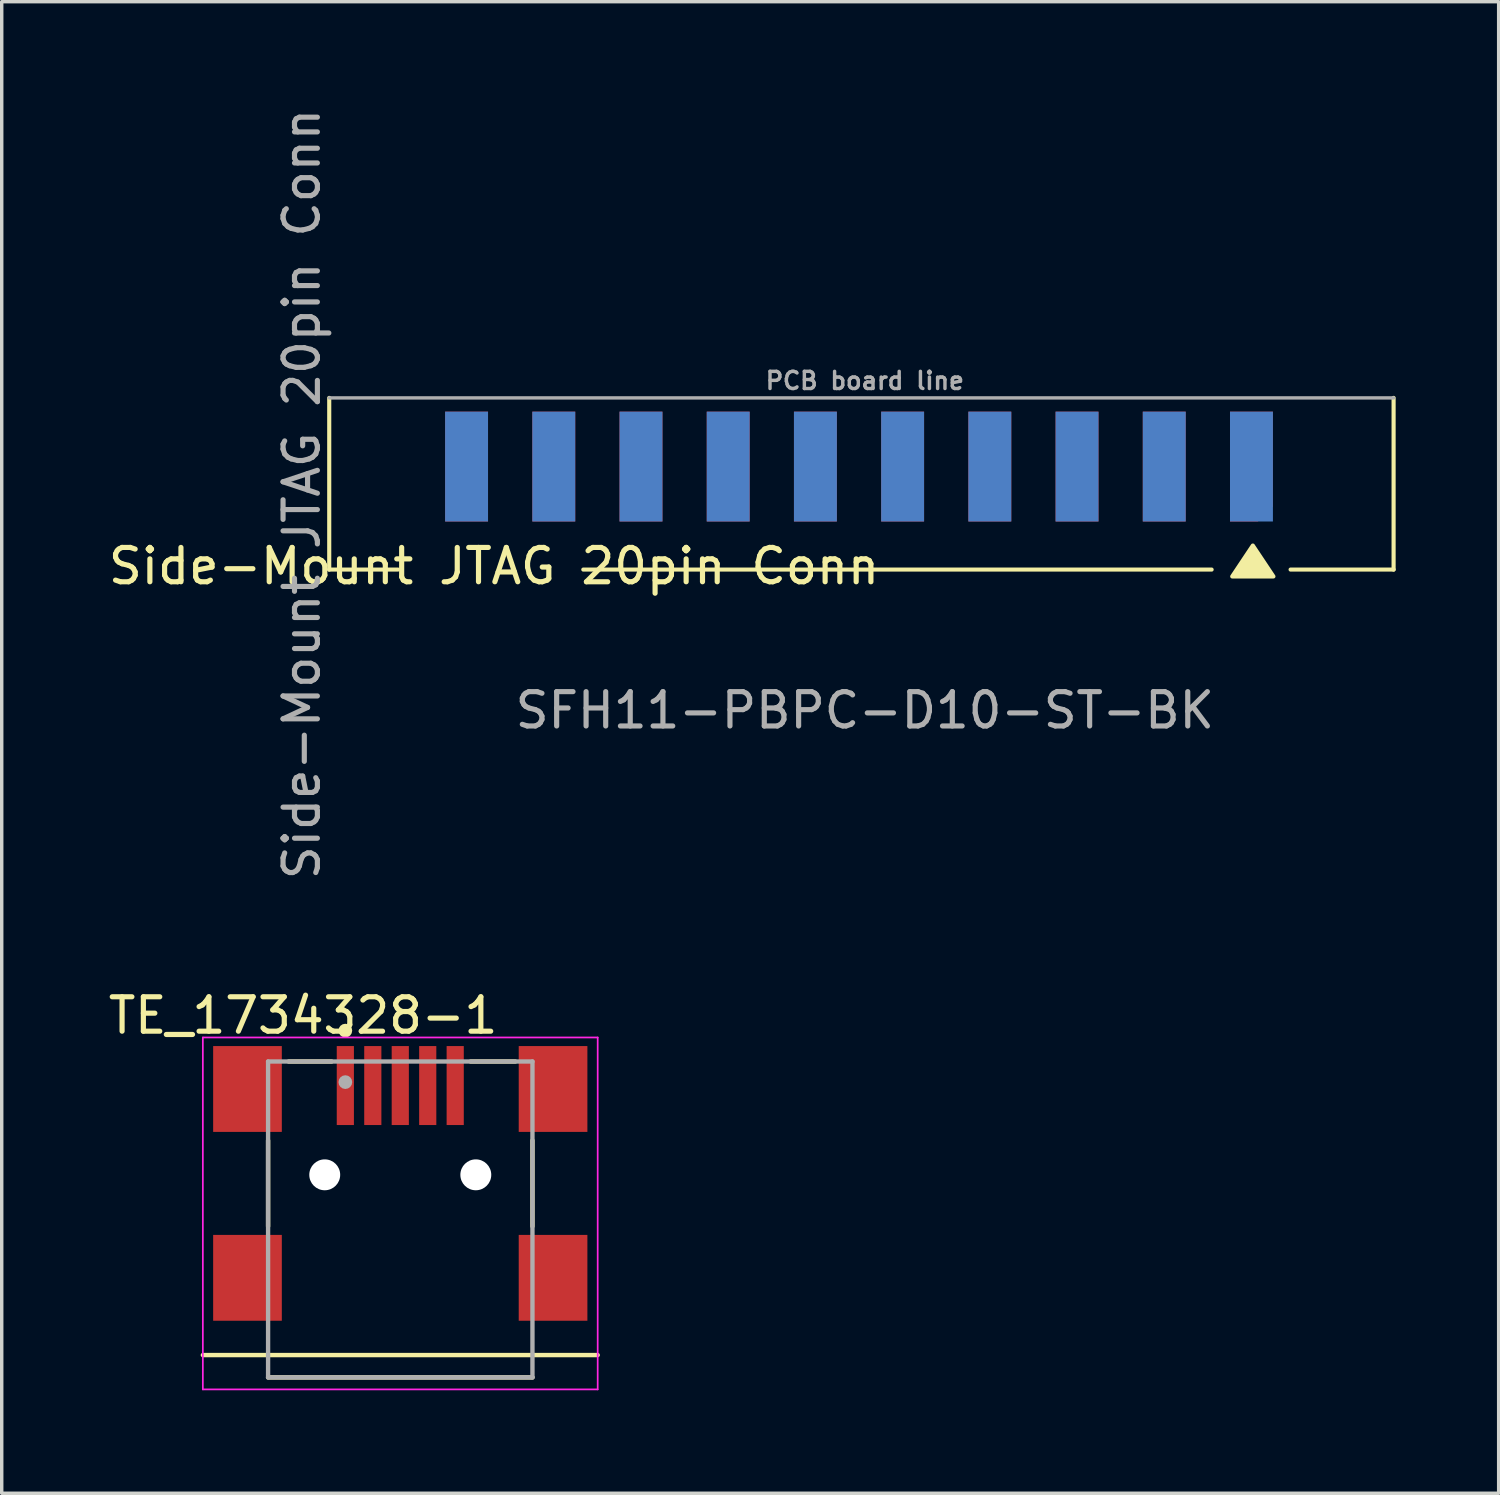
<source format=kicad_pcb>
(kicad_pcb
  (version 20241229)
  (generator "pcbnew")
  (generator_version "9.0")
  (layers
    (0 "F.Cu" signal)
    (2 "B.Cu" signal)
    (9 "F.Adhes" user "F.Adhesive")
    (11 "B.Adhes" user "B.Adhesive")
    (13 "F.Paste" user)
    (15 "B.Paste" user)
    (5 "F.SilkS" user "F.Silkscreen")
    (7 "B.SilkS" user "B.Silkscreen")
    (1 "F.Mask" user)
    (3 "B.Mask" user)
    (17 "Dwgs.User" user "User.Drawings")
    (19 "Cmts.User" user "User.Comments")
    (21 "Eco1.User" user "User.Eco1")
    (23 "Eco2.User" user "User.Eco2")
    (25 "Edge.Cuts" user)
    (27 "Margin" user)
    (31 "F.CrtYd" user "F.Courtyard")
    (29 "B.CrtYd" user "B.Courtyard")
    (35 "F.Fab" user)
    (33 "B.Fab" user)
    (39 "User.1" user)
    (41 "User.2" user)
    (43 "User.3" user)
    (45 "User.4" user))
  (footprint "Side-Mount JTAG 20pin Conn"
    (layer "F.Cu")
    (at 10.539 10.539)
    (property "Reference" "Side-Mount JTAG 20pin Conn" (at 0.8 2.9 0) (unlocked yes) (layer "F.SilkS") (effects (font (size 1 1) (thickness 0.15))))
    (attr smd exclude_from_pos_files)
    (fp_line (start -4 -2) (end -4 3) (stroke (width 0.12) (type solid)) (layer "F.SilkS"))
    (fp_line (start -4 3) (end -2 3) (stroke (width 0.12) (type solid)) (layer "F.SilkS"))
    (fp_line (start 3.4 3) (end 21.7 3) (stroke (width 0.12) (type solid)) (layer "F.SilkS"))
    (fp_line (start 24 3) (end 27 3) (stroke (width 0.12) (type solid)) (layer "F.SilkS"))
    (fp_line (start 27 3) (end 27 -2) (stroke (width 0.12) (type solid)) (layer "F.SilkS"))
    (fp_poly (pts (xy 23.5 3.2) (xy 22.3 3.2) (xy 22.9 2.3)) (stroke (width 0.12) (type solid)) (fill yes) (layer "F.SilkS"))
    (fp_line (start -4 -2) (end 27 -2) (stroke (width 0.1) (type solid)) (layer "F.Fab"))
    (fp_text user "SFH11-PBPC-D10-ST-BK" (at 11.6 7.1 0) (layer "F.Fab") (effects (font (size 1 1) (thickness 0.15))))
    (fp_text user "PCB board line" (at 11.6 -2.5 0) (unlocked yes) (layer "F.Fab") (effects (font (size 0.5 0.5) (thickness 0.1))))
    (fp_text user "${REFERENCE}" (at -4.8 0.8 90) (unlocked yes) (layer "F.Fab") (effects (font (size 1 1) (thickness 0.15))))
    (pad "1" smd roundrect (at 22.86 0) (size 1.25 3.2) (layers "F.Cu" "F.Mask" "F.Paste") (roundrect_rratio 0) (chamfer_ratio 0.35) (chamfer bottom_right))
    (pad "2" smd rect (at 22.86 0) (size 1.25 3.2) (layers "B.Cu" "B.Mask" "B.Paste"))
    (pad "3" smd rect (at 20.32 0) (size 1.25 3.2) (layers "F.Cu" "F.Mask" "F.Paste"))
    (pad "4" smd rect (at 20.32 0) (size 1.25 3.2) (layers "B.Cu" "B.Mask" "B.Paste"))
    (pad "5" smd rect (at 17.78 0) (size 1.25 3.2) (layers "F.Cu" "F.Mask" "F.Paste"))
    (pad "6" smd rect (at 17.78 0) (size 1.25 3.2) (layers "B.Cu" "B.Mask" "B.Paste"))
    (pad "7" smd rect (at 15.24 0) (size 1.25 3.2) (layers "F.Cu" "F.Mask" "F.Paste"))
    (pad "8" smd rect (at 15.24 0) (size 1.25 3.2) (layers "B.Cu" "B.Mask" "B.Paste"))
    (pad "9" smd rect (at 12.7 0) (size 1.25 3.2) (layers "F.Cu" "F.Mask" "F.Paste"))
    (pad "10" smd rect (at 12.7 0) (size 1.25 3.2) (layers "B.Cu" "B.Mask" "B.Paste"))
    (pad "11" smd rect (at 10.16 0) (size 1.25 3.2) (layers "F.Cu" "F.Mask" "F.Paste"))
    (pad "12" smd rect (at 10.16 0) (size 1.25 3.2) (layers "B.Cu" "B.Mask" "B.Paste"))
    (pad "13" smd rect (at 7.62 0) (size 1.25 3.2) (layers "F.Cu" "F.Mask" "F.Paste"))
    (pad "14" smd rect (at 7.62 0) (size 1.25 3.2) (layers "B.Cu" "B.Mask" "B.Paste"))
    (pad "15" smd rect (at 5.08 0) (size 1.25 3.2) (layers "F.Cu" "F.Mask" "F.Paste"))
    (pad "16" smd rect (at 5.08 0) (size 1.25 3.2) (layers "B.Cu" "B.Mask" "B.Paste"))
    (pad "17" smd rect (at 2.54 0) (size 1.25 3.2) (layers "F.Cu" "F.Mask" "F.Paste"))
    (pad "18" smd rect (at 2.54 0) (size 1.25 3.2) (layers "B.Cu" "B.Mask" "B.Paste"))
    (pad "19" smd rect (at 0 0) (size 1.25 3.2) (layers "F.Cu" "F.Mask" "F.Paste"))
    (pad "20" smd rect (at 0 0) (size 1.25 3.2) (layers "B.Cu" "B.Mask" "B.Paste")))
  (footprint "TE_1734328-1"
    (layer "F.Cu")
    (at 8.608 28.667)
    (property "Reference" "TE_1734328-1" (at -2.83 -2.139 0) (layer "F.SilkS") (effects (font (size 1.002 1.002) (thickness 0.15))))
    (attr smd)
    (fp_line (start -5.75 7.75) (end 5.75 7.75) (stroke (width 0.127) (type solid)) (layer "F.SilkS"))
    (fp_line (start -3.85 1.5) (end -3.85 4) (stroke (width 0.127) (type solid)) (layer "F.SilkS"))
    (fp_line (start -3.85 8.4) (end 3.85 8.4) (stroke (width 0.127) (type solid)) (layer "F.SilkS"))
    (fp_line (start -3.25 -0.8) (end -2 -0.8) (stroke (width 0.127) (type solid)) (layer "F.SilkS"))
    (fp_line (start 2.05 -0.8) (end 3.35 -0.8) (stroke (width 0.127) (type solid)) (layer "F.SilkS"))
    (fp_line (start 3.85 1.5) (end 3.85 4) (stroke (width 0.127) (type solid)) (layer "F.SilkS"))
    (fp_circle (center -1.6 -1.7) (end -1.5 -1.7) (stroke (width 0.2) (type solid)) (fill no) (layer "F.SilkS"))
    (fp_line (start -5.75 -1.5) (end 5.75 -1.5) (stroke (width 0.05) (type solid)) (layer "F.CrtYd"))
    (fp_line (start -5.75 8.75) (end -5.75 -1.5) (stroke (width 0.05) (type solid)) (layer "F.CrtYd"))
    (fp_line (start 5.75 -1.5) (end 5.75 8.75) (stroke (width 0.05) (type solid)) (layer "F.CrtYd"))
    (fp_line (start 5.75 8.75) (end -5.75 8.75) (stroke (width 0.05) (type solid)) (layer "F.CrtYd"))
    (fp_line (start -3.85 -0.8) (end 3.85 -0.8) (stroke (width 0.127) (type solid)) (layer "F.Fab"))
    (fp_line (start -3.85 8.4) (end -3.85 -0.8) (stroke (width 0.127) (type solid)) (layer "F.Fab"))
    (fp_line (start 3.85 -0.8) (end 3.85 8.4) (stroke (width 0.127) (type solid)) (layer "F.Fab"))
    (fp_line (start 3.85 8.4) (end -3.85 8.4) (stroke (width 0.127) (type solid)) (layer "F.Fab"))
    (fp_circle (center -1.6 -0.2) (end -1.5 -0.2) (stroke (width 0.2) (type solid)) (fill no) (layer "F.Fab"))
    (pad "" np_thru_hole circle (at -2.2 2.5) (size 0.9 0.9) (drill 0.9) (layers "*.Cu" "*.Mask"))
    (pad "" np_thru_hole circle (at 2.2 2.5) (size 0.9 0.9) (drill 0.9) (layers "*.Cu" "*.Mask"))
    (pad "1" smd rect (at -1.6 -0.1 90) (size 2.3 0.5) (layers "F.Cu" "F.Mask" "F.Paste"))
    (pad "2" smd rect (at -0.8 -0.1 90) (size 2.3 0.5) (layers "F.Cu" "F.Mask" "F.Paste"))
    (pad "3" smd rect (at 0 -0.1 90) (size 2.3 0.5) (layers "F.Cu" "F.Mask" "F.Paste"))
    (pad "4" smd rect (at 0.8 -0.1 90) (size 2.3 0.5) (layers "F.Cu" "F.Mask" "F.Paste"))
    (pad "5" smd rect (at 1.6 -0.1 90) (size 2.3 0.5) (layers "F.Cu" "F.Mask" "F.Paste"))
    (pad "6" smd rect (at -4.45 0) (size 2 2.5) (layers "F.Cu" "F.Mask" "F.Paste"))
    (pad "7" smd rect (at -4.45 5.5) (size 2 2.5) (layers "F.Cu" "F.Mask" "F.Paste"))
    (pad "8" smd rect (at 4.45 5.5) (size 2 2.5) (layers "F.Cu" "F.Mask" "F.Paste"))
    (pad "9" smd rect (at 4.45 0) (size 2 2.5) (layers "F.Cu" "F.Mask" "F.Paste")))
  (gr_rect
    (start -3 -3)
    (end 40.599 40.442)
    (stroke (width 0.1) (type default))
    (fill no)
    (layer "Edge.Cuts")))
</source>
